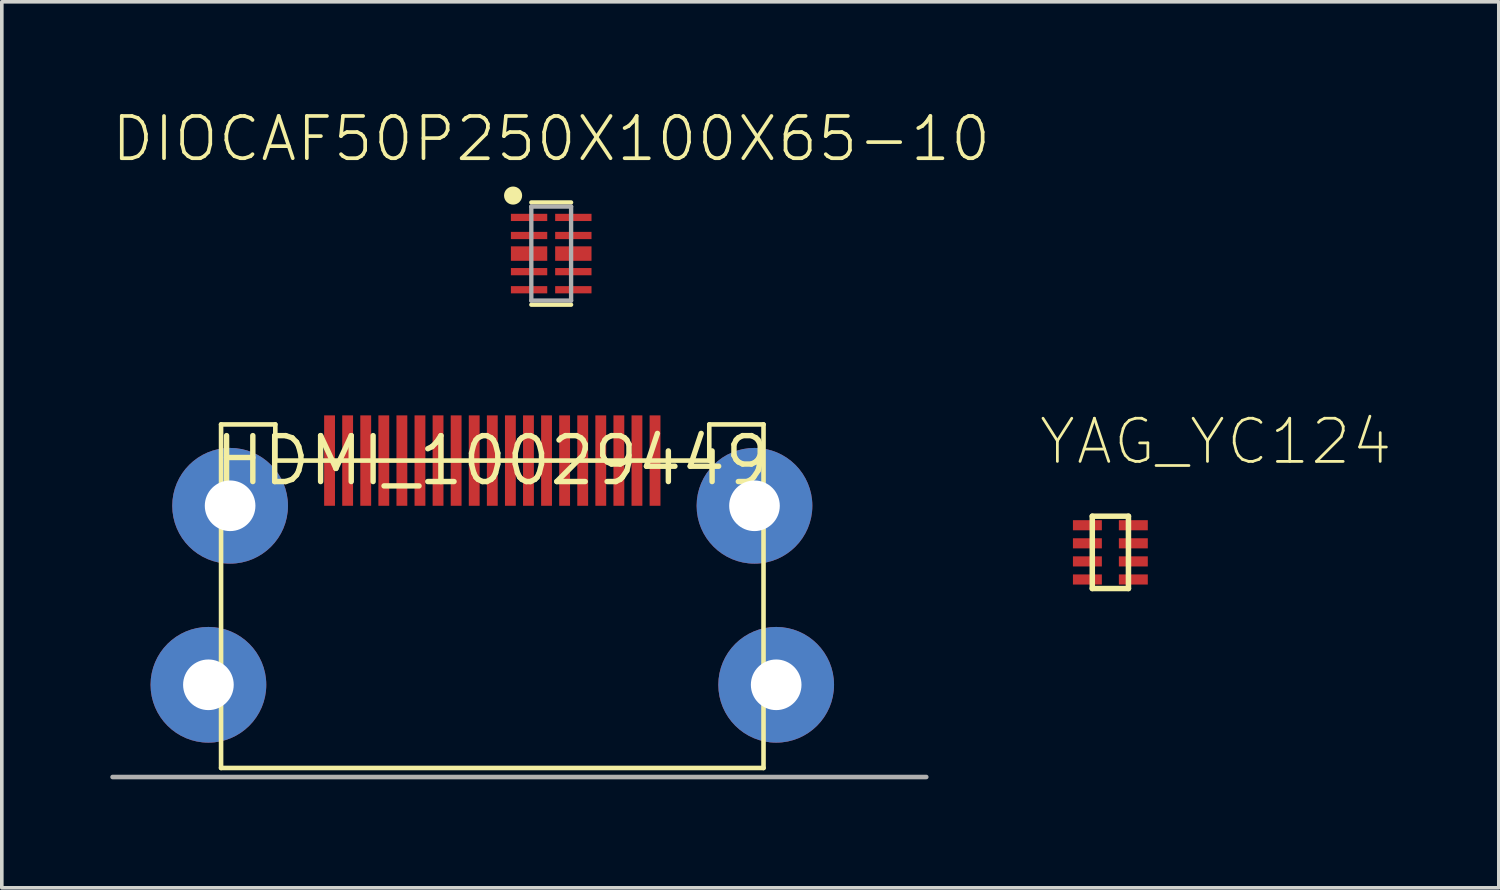
<source format=kicad_pcb>
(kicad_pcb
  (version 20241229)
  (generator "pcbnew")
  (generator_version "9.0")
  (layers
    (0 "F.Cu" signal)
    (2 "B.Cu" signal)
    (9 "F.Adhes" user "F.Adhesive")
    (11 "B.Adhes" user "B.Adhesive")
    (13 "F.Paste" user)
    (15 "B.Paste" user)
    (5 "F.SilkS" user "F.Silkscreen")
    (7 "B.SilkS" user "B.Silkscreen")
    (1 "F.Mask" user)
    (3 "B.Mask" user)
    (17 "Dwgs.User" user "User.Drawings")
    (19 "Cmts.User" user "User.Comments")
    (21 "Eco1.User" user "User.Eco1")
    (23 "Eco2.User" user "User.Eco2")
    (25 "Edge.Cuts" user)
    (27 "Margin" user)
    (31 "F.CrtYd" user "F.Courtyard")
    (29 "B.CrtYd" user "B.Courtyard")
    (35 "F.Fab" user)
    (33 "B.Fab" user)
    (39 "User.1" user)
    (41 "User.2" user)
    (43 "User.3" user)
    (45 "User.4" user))
  (footprint "HDMI_10029449"
    (layer "F.Cu")
    (at 10.563 9.686)
    (property "Reference" "HDMI_10029449" (at 0 0 0) (layer "F.SilkS") (effects (font (size 1.27 1.27) (thickness 0.15))))
    (fp_line (start -7.5 -1) (end -6 -1) (stroke (width 0.127) (type solid)) (layer "F.SilkS"))
    (fp_line (start -7.5 8.5) (end -7.5 -1) (stroke (width 0.127) (type solid)) (layer "F.SilkS"))
    (fp_line (start -6 -1) (end -6 0) (stroke (width 0.127) (type solid)) (layer "F.SilkS"))
    (fp_line (start -6 0) (end 6 0) (stroke (width 0.127) (type solid)) (layer "F.SilkS"))
    (fp_line (start 6 -1) (end 7.5 -1) (stroke (width 0.127) (type solid)) (layer "F.SilkS"))
    (fp_line (start 6 0) (end 6 -1) (stroke (width 0.127) (type solid)) (layer "F.SilkS"))
    (fp_line (start 7.5 -1) (end 7.5 8.5) (stroke (width 0.127) (type solid)) (layer "F.SilkS"))
    (fp_line (start 7.5 8.5) (end -7.5 8.5) (stroke (width 0.127) (type solid)) (layer "F.SilkS"))
    (fp_line (start -10.5 8.75) (end 12 8.75) (stroke (width 0.127) (type solid)) (layer "F.Fab"))
    (pad "P$1" smd rect (at 4.5 0 270) (size 2.5 0.3) (layers "F.Cu" "F.Mask" "F.Paste"))
    (pad "P$2" smd rect (at 4 0 270) (size 2.5 0.3) (layers "F.Cu" "F.Mask" "F.Paste"))
    (pad "P$3" smd rect (at 3.5 0 270) (size 2.5 0.3) (layers "F.Cu" "F.Mask" "F.Paste"))
    (pad "P$4" smd rect (at 3 0 270) (size 2.5 0.3) (layers "F.Cu" "F.Mask" "F.Paste"))
    (pad "P$5" smd rect (at 2.5 0 270) (size 2.5 0.3) (layers "F.Cu" "F.Mask" "F.Paste"))
    (pad "P$6" smd rect (at 2 0 270) (size 2.5 0.3) (layers "F.Cu" "F.Mask" "F.Paste"))
    (pad "P$7" smd rect (at 1.5 0 270) (size 2.5 0.3) (layers "F.Cu" "F.Mask" "F.Paste"))
    (pad "P$8" smd rect (at 1 0 270) (size 2.5 0.3) (layers "F.Cu" "F.Mask" "F.Paste"))
    (pad "P$9" smd rect (at 0.5 0 270) (size 2.5 0.3) (layers "F.Cu" "F.Mask" "F.Paste"))
    (pad "P$10" smd rect (at 0 0 270) (size 2.5 0.3) (layers "F.Cu" "F.Mask" "F.Paste"))
    (pad "P$11" smd rect (at -0.5 0 270) (size 2.5 0.3) (layers "F.Cu" "F.Mask" "F.Paste"))
    (pad "P$12" smd rect (at -1 0 270) (size 2.5 0.3) (layers "F.Cu" "F.Mask" "F.Paste"))
    (pad "P$13" smd rect (at -1.5 0 270) (size 2.5 0.3) (layers "F.Cu" "F.Mask" "F.Paste"))
    (pad "P$14" smd rect (at -2 0 270) (size 2.5 0.3) (layers "F.Cu" "F.Mask" "F.Paste"))
    (pad "P$15" smd rect (at -2.5 0 270) (size 2.5 0.3) (layers "F.Cu" "F.Mask" "F.Paste"))
    (pad "P$16" smd rect (at -3 0 270) (size 2.5 0.3) (layers "F.Cu" "F.Mask" "F.Paste"))
    (pad "P$17" smd rect (at -3.5 0 270) (size 2.5 0.3) (layers "F.Cu" "F.Mask" "F.Paste"))
    (pad "P$18" smd rect (at -4 0 270) (size 2.5 0.3) (layers "F.Cu" "F.Mask" "F.Paste"))
    (pad "P$19" smd rect (at -4.5 0 270) (size 2.5 0.3) (layers "F.Cu" "F.Mask" "F.Paste"))
    (pad "P$20" thru_hole circle (at -7.25 1.25 90) (size 3.2 3.2) (drill 1.4) (layers "*.Cu" "*.Mask"))
    (pad "P$21" thru_hole circle (at 7.25 1.25 90) (size 3.2 3.2) (drill 1.4) (layers "*.Cu" "*.Mask"))
    (pad "P$22" thru_hole circle (at 7.85 6.2 90) (size 3.2 3.2) (drill 1.4) (layers "*.Cu" "*.Mask"))
    (pad "P$23" thru_hole circle (at -7.85 6.2 90) (size 3.2 3.2) (drill 1.4) (layers "*.Cu" "*.Mask")))
  (footprint "YAG_YC124"
    (layer "F.Cu")
    (at 27.654 12.224)
    (property "Reference" "YAG_YC124" (at -2.027 -2.365 0) (layer "F.SilkS") (effects (font (size 1.194 1.194) (thickness 0.076)) (justify left bottom)))
    (fp_line (start -0.5 -1) (end 0.5 -1) (stroke (width 0.152) (type solid)) (layer "F.SilkS"))
    (fp_line (start -0.5 1) (end -0.5 -1) (stroke (width 0.152) (type solid)) (layer "F.SilkS"))
    (fp_line (start 0.5 -1) (end 0.5 1) (stroke (width 0.152) (type solid)) (layer "F.SilkS"))
    (fp_line (start 0.5 1) (end -0.5 1) (stroke (width 0.152) (type solid)) (layer "F.SilkS"))
    (pad "1" smd rect (at -0.635 -0.75) (size 0.8 0.28) (layers "F.Cu" "F.Mask" "F.Paste"))
    (pad "2" smd rect (at -0.635 -0.25) (size 0.8 0.28) (layers "F.Cu" "F.Mask" "F.Paste"))
    (pad "3" smd rect (at -0.635 0.25) (size 0.8 0.28) (layers "F.Cu" "F.Mask" "F.Paste"))
    (pad "4" smd rect (at -0.635 0.75) (size 0.8 0.28) (layers "F.Cu" "F.Mask" "F.Paste"))
    (pad "5" smd rect (at 0.635 0.75) (size 0.8 0.28) (layers "F.Cu" "F.Mask" "F.Paste"))
    (pad "6" smd rect (at 0.635 0.25) (size 0.8 0.28) (layers "F.Cu" "F.Mask" "F.Paste"))
    (pad "7" smd rect (at 0.635 -0.25) (size 0.8 0.28) (layers "F.Cu" "F.Mask" "F.Paste"))
    (pad "8" smd rect (at 0.635 -0.75) (size 0.8 0.28) (layers "F.Cu" "F.Mask" "F.Paste")))
  (footprint "DIOCAF50P250X100X65-10"
    (layer "F.Cu")
    (at 12.192 3.962)
    (property "Reference" "DIOCAF50P250X100X65-10" (at 0 -2.489 0) (layer "F.SilkS") (effects (font (size 1.168 1.168) (thickness 0.102)) (justify bottom)))
    (fp_line (start -0.55 -1.414) (end 0.55 -1.414) (stroke (width 0.12) (type solid)) (layer "F.SilkS"))
    (fp_line (start -0.55 1.414) (end 0.55 1.414) (stroke (width 0.12) (type solid)) (layer "F.SilkS"))
    (fp_circle (center -1.054 -1.604) (end -0.929 -1.604) (stroke (width 0.25) (type solid)) (fill yes) (layer "F.SilkS"))
    (fp_line (start -0.55 -1.3) (end 0.55 -1.3) (stroke (width 0.12) (type solid)) (layer "F.Fab"))
    (fp_line (start -0.55 1.3) (end -0.55 -1.3) (stroke (width 0.12) (type solid)) (layer "F.Fab"))
    (fp_line (start 0.55 -1.3) (end 0.55 1.3) (stroke (width 0.12) (type solid)) (layer "F.Fab"))
    (fp_line (start 0.55 1.3) (end -0.55 1.3) (stroke (width 0.12) (type solid)) (layer "F.Fab"))
    (pad "1" smd rect (at -0.612 -1) (size 1.005 0.2) (layers "F.Cu" "F.Mask" "F.Paste"))
    (pad "2" smd rect (at -0.612 -0.5) (size 1.005 0.2) (layers "F.Cu" "F.Mask" "F.Paste"))
    (pad "3" smd rect (at -0.612 0) (size 1.005 0.4) (layers "F.Cu" "F.Mask" "F.Paste"))
    (pad "4" smd rect (at -0.612 0.5) (size 1.005 0.2) (layers "F.Cu" "F.Mask" "F.Paste"))
    (pad "5" smd rect (at -0.612 1) (size 1.005 0.2) (layers "F.Cu" "F.Mask" "F.Paste"))
    (pad "6" smd rect (at 0.612 1) (size 1.005 0.2) (layers "F.Cu" "F.Mask" "F.Paste"))
    (pad "7" smd rect (at 0.612 0.5) (size 1.005 0.2) (layers "F.Cu" "F.Mask" "F.Paste"))
    (pad "8" smd rect (at 0.612 0) (size 1.005 0.4) (layers "F.Cu" "F.Mask" "F.Paste"))
    (pad "9" smd rect (at 0.612 -0.5) (size 1.005 0.2) (layers "F.Cu" "F.Mask" "F.Paste"))
    (pad "10" smd rect (at 0.612 -1) (size 1.005 0.2) (layers "F.Cu" "F.Mask" "F.Paste")))
  (gr_rect
    (start -3 -3)
    (end 38.395 21.5)
    (stroke (width 0.1) (type default))
    (fill no)
    (layer "Edge.Cuts")))
</source>
